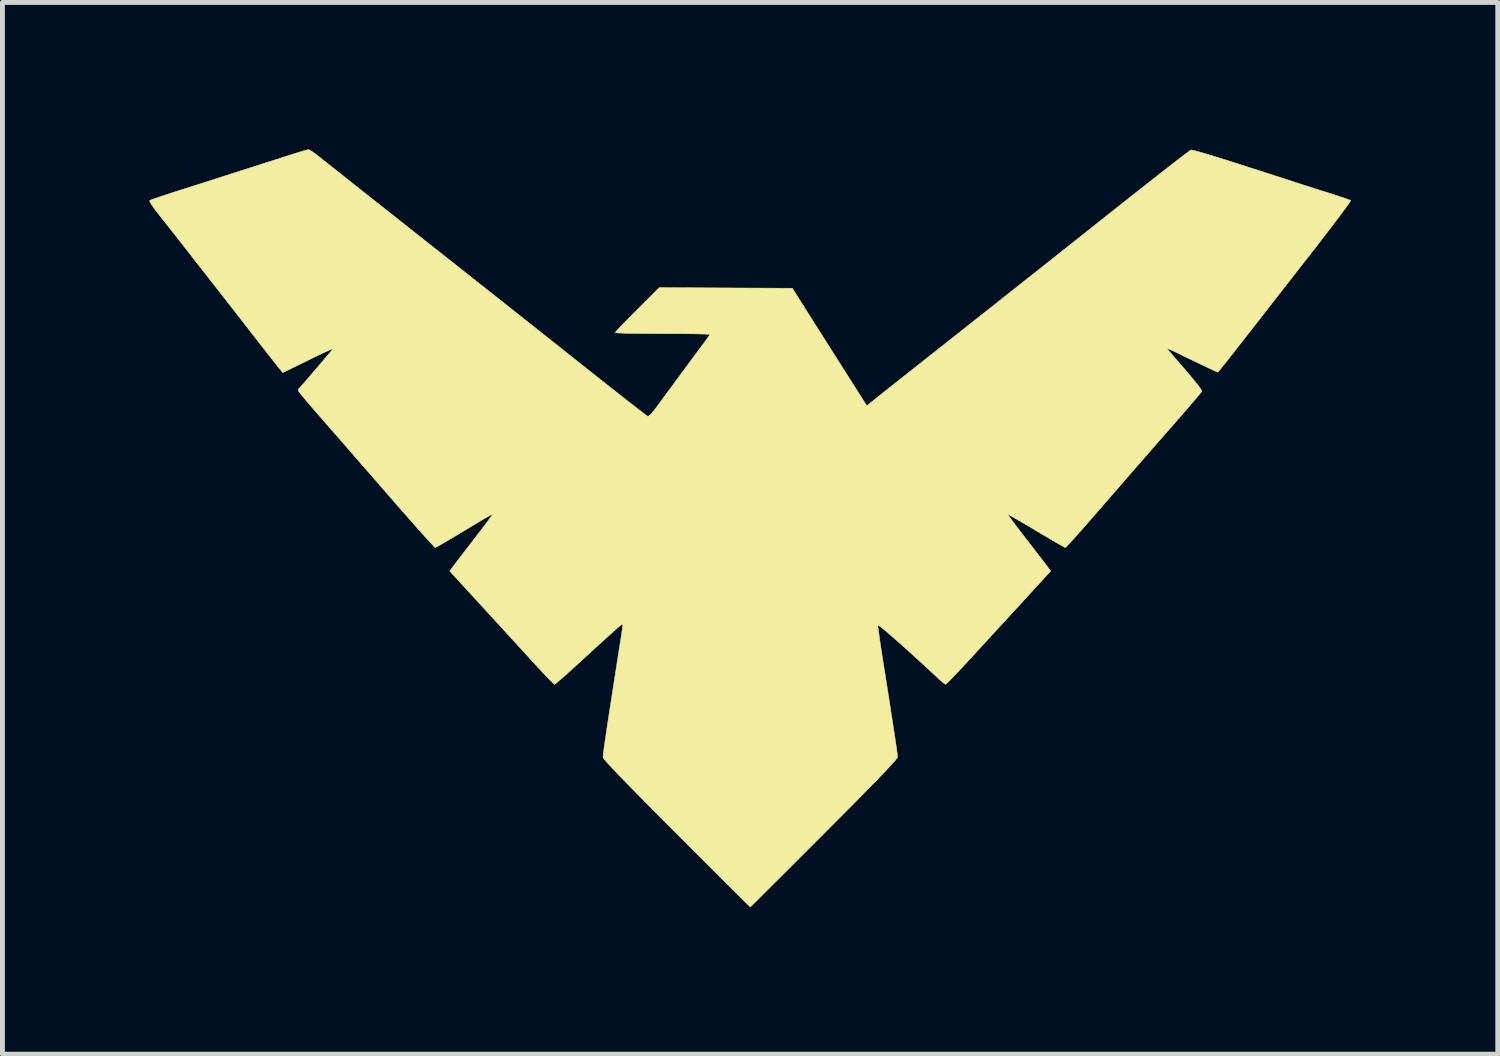
<source format=kicad_pcb>
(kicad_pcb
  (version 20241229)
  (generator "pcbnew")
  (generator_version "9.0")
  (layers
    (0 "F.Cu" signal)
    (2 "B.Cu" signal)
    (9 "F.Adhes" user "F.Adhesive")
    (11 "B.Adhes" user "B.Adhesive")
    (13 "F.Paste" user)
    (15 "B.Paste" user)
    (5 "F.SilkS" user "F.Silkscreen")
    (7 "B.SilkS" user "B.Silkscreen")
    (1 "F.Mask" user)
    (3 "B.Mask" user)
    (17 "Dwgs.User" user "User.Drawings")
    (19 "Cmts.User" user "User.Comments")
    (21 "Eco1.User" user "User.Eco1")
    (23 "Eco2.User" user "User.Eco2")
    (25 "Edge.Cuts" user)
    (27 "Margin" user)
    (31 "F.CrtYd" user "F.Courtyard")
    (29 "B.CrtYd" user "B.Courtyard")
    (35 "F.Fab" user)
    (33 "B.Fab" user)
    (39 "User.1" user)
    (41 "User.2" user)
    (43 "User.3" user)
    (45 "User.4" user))
  (footprint "nightwing"
    (layer "F.Cu")
    (at 12.232 7.472)
    (property "Reference" "nightwing" (at 0 0 0) (layer "F.SilkS") (effects (font (size 1.524 1.524) (thickness 0.3))))
    (attr through_hole)
    (fp_poly (pts (xy -8.945 -7.452) (xy -8.884 -7.411) (xy -8.801 -7.349) (xy -8.703 -7.273) (xy -8.683 -7.256) (xy -8.624 -7.21) (xy -8.53 -7.134) (xy -8.401 -7.033) (xy -8.243 -6.907) (xy -8.058 -6.76) (xy -7.85 -6.595) (xy -7.621 -6.414) (xy -7.375 -6.22) (xy -7.115 -6.014) (xy -6.846 -5.801) (xy -6.568 -5.582) (xy -6.528 -5.55) (xy -6.242 -5.324) (xy -5.957 -5.099) (xy -5.677 -4.877) (xy -5.406 -4.663) (xy -5.148 -4.459) (xy -4.907 -4.268) (xy -4.686 -4.093) (xy -4.489 -3.937) (xy -4.321 -3.804) (xy -4.185 -3.696) (xy -4.089 -3.62) (xy -3.715 -3.323) (xy -3.38 -3.057) (xy -3.084 -2.822) (xy -2.825 -2.618) (xy -2.605 -2.445) (xy -2.422 -2.301) (xy -2.276 -2.188) (xy -2.167 -2.103) (xy -2.094 -2.048) (xy -2.056 -2.022) (xy -2.051 -2.019) (xy -2.023 -2.034) (xy -1.974 -2.083) (xy -1.911 -2.159) (xy -1.867 -2.217) (xy -1.797 -2.313) (xy -1.707 -2.436) (xy -1.601 -2.579) (xy -1.486 -2.735) (xy -1.367 -2.897) (xy -1.249 -3.056) (xy -1.138 -3.207) (xy -1.038 -3.341) (xy -0.957 -3.45) (xy -0.898 -3.529) (xy -0.885 -3.546) (xy -0.835 -3.615) (xy -0.799 -3.668) (xy -0.787 -3.692) (xy -0.812 -3.695) (xy -0.882 -3.699) (xy -0.991 -3.702) (xy -1.135 -3.705) (xy -1.307 -3.707) (xy -1.503 -3.708) (xy -1.717 -3.708) (xy -1.753 -3.708) (xy -1.968 -3.709) (xy -2.167 -3.711) (xy -2.344 -3.713) (xy -2.493 -3.716) (xy -2.608 -3.72) (xy -2.685 -3.725) (xy -2.717 -3.729) (xy -2.718 -3.73) (xy -2.701 -3.753) (xy -2.652 -3.807) (xy -2.577 -3.887) (xy -2.48 -3.986) (xy -2.367 -4.102) (xy -2.268 -4.2) (xy -1.819 -4.649) (xy -0.46 -4.642) (xy 0.899 -4.636) (xy 1.212 -4.14) (xy 1.309 -3.987) (xy 1.426 -3.802) (xy 1.557 -3.596) (xy 1.693 -3.38) (xy 1.83 -3.165) (xy 1.958 -2.963) (xy 1.973 -2.94) (xy 2.42 -2.235) (xy 2.524 -2.32) (xy 2.568 -2.355) (xy 2.646 -2.417) (xy 2.754 -2.503) (xy 2.886 -2.608) (xy 3.037 -2.728) (xy 3.203 -2.859) (xy 3.376 -2.996) (xy 3.381 -3) (xy 3.849 -3.37) (xy 4.286 -3.715) (xy 4.69 -4.035) (xy 5.062 -4.328) (xy 5.398 -4.595) (xy 5.7 -4.834) (xy 5.966 -5.044) (xy 6.196 -5.226) (xy 6.387 -5.378) (xy 6.54 -5.499) (xy 6.604 -5.55) (xy 7.002 -5.866) (xy 7.367 -6.156) (xy 7.697 -6.417) (xy 7.993 -6.651) (xy 8.253 -6.855) (xy 8.477 -7.031) (xy 8.665 -7.178) (xy 8.816 -7.294) (xy 8.929 -7.38) (xy 9.004 -7.435) (xy 9.04 -7.459) (xy 9.042 -7.46) (xy 9.075 -7.455) (xy 9.151 -7.436) (xy 9.262 -7.405) (xy 9.403 -7.363) (xy 9.568 -7.313) (xy 9.75 -7.256) (xy 9.843 -7.226) (xy 10.044 -7.162) (xy 10.242 -7.098) (xy 10.427 -7.039) (xy 10.592 -6.986) (xy 10.728 -6.942) (xy 10.826 -6.911) (xy 10.846 -6.905) (xy 10.969 -6.865) (xy 11.091 -6.825) (xy 11.194 -6.791) (xy 11.227 -6.78) (xy 11.297 -6.757) (xy 11.404 -6.723) (xy 11.538 -6.68) (xy 11.688 -6.632) (xy 11.824 -6.59) (xy 11.968 -6.544) (xy 12.096 -6.502) (xy 12.199 -6.467) (xy 12.27 -6.441) (xy 12.3 -6.428) (xy 12.3 -6.428) (xy 12.289 -6.405) (xy 12.249 -6.346) (xy 12.183 -6.255) (xy 12.094 -6.135) (xy 11.984 -5.989) (xy 11.858 -5.823) (xy 11.716 -5.638) (xy 11.563 -5.44) (xy 11.479 -5.332) (xy 11.297 -5.1) (xy 11.107 -4.856) (xy 10.914 -4.609) (xy 10.724 -4.365) (xy 10.543 -4.133) (xy 10.376 -3.919) (xy 10.229 -3.731) (xy 10.118 -3.588) (xy 9.993 -3.429) (xy 9.879 -3.283) (xy 9.779 -3.156) (xy 9.696 -3.052) (xy 9.635 -2.975) (xy 9.598 -2.931) (xy 9.589 -2.921) (xy 9.563 -2.931) (xy 9.499 -2.96) (xy 9.407 -3.003) (xy 9.294 -3.057) (xy 9.169 -3.116) (xy 9.04 -3.178) (xy 8.916 -3.238) (xy 8.806 -3.293) (xy 8.763 -3.314) (xy 8.657 -3.365) (xy 8.588 -3.394) (xy 8.558 -3.399) (xy 8.562 -3.388) (xy 8.591 -3.354) (xy 8.647 -3.289) (xy 8.724 -3.199) (xy 8.818 -3.091) (xy 8.922 -2.971) (xy 8.939 -2.951) (xy 9.04 -2.832) (xy 9.128 -2.724) (xy 9.198 -2.635) (xy 9.244 -2.57) (xy 9.263 -2.535) (xy 9.263 -2.532) (xy 9.244 -2.507) (xy 9.195 -2.448) (xy 9.12 -2.359) (xy 9.023 -2.245) (xy 8.906 -2.11) (xy 8.775 -1.959) (xy 8.632 -1.795) (xy 8.594 -1.752) (xy 8.436 -1.571) (xy 8.278 -1.391) (xy 8.126 -1.216) (xy 7.984 -1.054) (xy 7.86 -0.911) (xy 7.757 -0.793) (xy 7.685 -0.71) (xy 7.427 -0.412) (xy 7.201 -0.152) (xy 7.006 0.071) (xy 6.843 0.258) (xy 6.71 0.408) (xy 6.607 0.522) (xy 6.533 0.602) (xy 6.489 0.648) (xy 6.473 0.66) (xy 6.446 0.648) (xy 6.383 0.612) (xy 6.287 0.558) (xy 6.166 0.487) (xy 6.025 0.404) (xy 5.878 0.316) (xy 5.724 0.224) (xy 5.586 0.143) (xy 5.468 0.074) (xy 5.377 0.022) (xy 5.317 -0.011) (xy 5.296 -0.021) (xy 5.309 0.001) (xy 5.349 0.057) (xy 5.412 0.142) (xy 5.494 0.251) (xy 5.592 0.378) (xy 5.682 0.495) (xy 5.793 0.638) (xy 5.895 0.771) (xy 5.984 0.887) (xy 6.056 0.981) (xy 6.106 1.046) (xy 6.125 1.072) (xy 6.174 1.141) (xy 5.748 1.605) (xy 5.63 1.735) (xy 5.522 1.853) (xy 5.429 1.953) (xy 5.357 2.031) (xy 5.311 2.082) (xy 5.296 2.098) (xy 5.274 2.122) (xy 5.221 2.18) (xy 5.142 2.266) (xy 5.04 2.376) (xy 4.921 2.506) (xy 4.788 2.652) (xy 4.661 2.79) (xy 4.52 2.944) (xy 4.389 3.085) (xy 4.272 3.209) (xy 4.174 3.313) (xy 4.098 3.391) (xy 4.049 3.439) (xy 4.031 3.454) (xy 4.003 3.438) (xy 3.95 3.396) (xy 3.891 3.343) (xy 3.709 3.174) (xy 3.53 3.009) (xy 3.358 2.852) (xy 3.195 2.705) (xy 3.047 2.573) (xy 2.916 2.459) (xy 2.807 2.365) (xy 2.723 2.296) (xy 2.668 2.255) (xy 2.647 2.245) (xy 2.647 2.246) (xy 2.648 2.279) (xy 2.657 2.356) (xy 2.673 2.468) (xy 2.693 2.61) (xy 2.718 2.774) (xy 2.743 2.937) (xy 2.809 3.35) (xy 2.866 3.713) (xy 2.915 4.028) (xy 2.956 4.295) (xy 2.99 4.515) (xy 3.016 4.689) (xy 3.034 4.817) (xy 3.045 4.9) (xy 3.048 4.938) (xy 3.036 4.962) (xy 2.999 5.009) (xy 2.935 5.081) (xy 2.844 5.179) (xy 2.724 5.305) (xy 2.574 5.46) (xy 2.393 5.645) (xy 2.18 5.862) (xy 1.933 6.111) (xy 1.651 6.393) (xy 1.547 6.498) (xy 1.318 6.727) (xy 1.1 6.945) (xy 0.895 7.15) (xy 0.705 7.34) (xy 0.534 7.51) (xy 0.384 7.66) (xy 0.258 7.786) (xy 0.158 7.885) (xy 0.087 7.955) (xy 0.047 7.994) (xy 0.04 8.001) (xy 0.021 7.983) (xy -0.03 7.933) (xy -0.113 7.851) (xy -0.223 7.742) (xy -0.359 7.607) (xy -0.517 7.449) (xy -0.695 7.271) (xy -0.891 7.076) (xy -1.101 6.865) (xy -1.324 6.643) (xy -1.463 6.504) (xy -1.774 6.192) (xy -2.049 5.915) (xy -2.288 5.673) (xy -2.49 5.466) (xy -2.657 5.294) (xy -2.788 5.156) (xy -2.883 5.053) (xy -2.942 4.984) (xy -2.966 4.949) (xy -2.967 4.947) (xy -2.967 4.93) (xy -2.964 4.898) (xy -2.959 4.85) (xy -2.95 4.782) (xy -2.938 4.691) (xy -2.921 4.574) (xy -2.899 4.43) (xy -2.873 4.254) (xy -2.841 4.045) (xy -2.803 3.799) (xy -2.759 3.515) (xy -2.708 3.188) (xy -2.65 2.816) (xy -2.587 2.419) (xy -2.574 2.328) (xy -2.568 2.259) (xy -2.568 2.225) (xy -2.568 2.224) (xy -2.576 2.226) (xy -2.596 2.239) (xy -2.629 2.266) (xy -2.681 2.31) (xy -2.752 2.373) (xy -2.846 2.457) (xy -2.966 2.566) (xy -3.116 2.702) (xy -3.296 2.868) (xy -3.5 3.054) (xy -3.625 3.168) (xy -3.737 3.269) (xy -3.832 3.352) (xy -3.904 3.414) (xy -3.948 3.448) (xy -3.958 3.454) (xy -3.981 3.436) (xy -4.032 3.386) (xy -4.106 3.31) (xy -4.198 3.213) (xy -4.302 3.101) (xy -4.32 3.081) (xy -4.415 2.977) (xy -4.539 2.842) (xy -4.684 2.683) (xy -4.845 2.507) (xy -5.016 2.32) (xy -5.19 2.131) (xy -5.361 1.944) (xy -5.379 1.924) (xy -6.098 1.141) (xy -6.049 1.072) (xy -6.02 1.033) (xy -5.965 0.961) (xy -5.888 0.861) (xy -5.795 0.74) (xy -5.69 0.604) (xy -5.606 0.495) (xy -5.5 0.357) (xy -5.405 0.232) (xy -5.325 0.126) (xy -5.266 0.045) (xy -5.23 -0.006) (xy -5.221 -0.022) (xy -5.244 -0.012) (xy -5.305 0.021) (xy -5.398 0.074) (xy -5.516 0.144) (xy -5.655 0.227) (xy -5.8 0.314) (xy -5.954 0.407) (xy -6.094 0.49) (xy -6.214 0.561) (xy -6.308 0.615) (xy -6.37 0.649) (xy -6.395 0.66) (xy -6.415 0.642) (xy -6.466 0.588) (xy -6.544 0.503) (xy -6.646 0.391) (xy -6.768 0.254) (xy -6.907 0.096) (xy -7.061 -0.079) (xy -7.227 -0.268) (xy -7.308 -0.362) (xy -7.498 -0.58) (xy -7.694 -0.806) (xy -7.892 -1.032) (xy -8.084 -1.253) (xy -8.266 -1.462) (xy -8.431 -1.652) (xy -8.575 -1.816) (xy -8.686 -1.943) (xy -8.811 -2.087) (xy -8.925 -2.219) (xy -9.024 -2.335) (xy -9.103 -2.429) (xy -9.158 -2.497) (xy -9.186 -2.533) (xy -9.188 -2.536) (xy -9.187 -2.576) (xy -9.178 -2.587) (xy -9.155 -2.611) (xy -9.104 -2.667) (xy -9.033 -2.749) (xy -8.946 -2.85) (xy -8.864 -2.946) (xy -8.766 -3.061) (xy -8.677 -3.166) (xy -8.603 -3.252) (xy -8.551 -3.313) (xy -8.529 -3.338) (xy -8.498 -3.377) (xy -8.493 -3.396) (xy -8.517 -3.388) (xy -8.58 -3.36) (xy -8.676 -3.316) (xy -8.797 -3.259) (xy -8.937 -3.191) (xy -9.004 -3.158) (xy -9.507 -2.912) (xy -9.56 -2.976) (xy -9.59 -3.012) (xy -9.646 -3.083) (xy -9.723 -3.182) (xy -9.819 -3.304) (xy -9.927 -3.442) (xy -10.044 -3.592) (xy -10.057 -3.609) (xy -10.193 -3.783) (xy -10.337 -3.969) (xy -10.482 -4.155) (xy -10.619 -4.33) (xy -10.739 -4.484) (xy -10.808 -4.572) (xy -10.921 -4.716) (xy -11.054 -4.886) (xy -11.197 -5.07) (xy -11.341 -5.253) (xy -11.473 -5.423) (xy -11.493 -5.448) (xy -11.612 -5.601) (xy -11.734 -5.756) (xy -11.85 -5.903) (xy -11.953 -6.034) (xy -12.035 -6.138) (xy -12.059 -6.168) (xy -12.131 -6.262) (xy -12.186 -6.341) (xy -12.22 -6.399) (xy -12.227 -6.426) (xy -12.226 -6.426) (xy -12.197 -6.44) (xy -12.126 -6.466) (xy -12.021 -6.502) (xy -11.89 -6.546) (xy -11.739 -6.595) (xy -11.671 -6.617) (xy -11.49 -6.674) (xy -11.301 -6.734) (xy -11.119 -6.792) (xy -10.957 -6.844) (xy -10.829 -6.885) (xy -10.82 -6.888) (xy -10.645 -6.944) (xy -10.452 -7.006) (xy -10.249 -7.071) (xy -10.043 -7.137) (xy -9.841 -7.202) (xy -9.651 -7.262) (xy -9.48 -7.317) (xy -9.335 -7.363) (xy -9.225 -7.398) (xy -9.157 -7.419) (xy -9.072 -7.445) (xy -9.005 -7.462) (xy -8.975 -7.467) (xy -8.945 -7.452)) (stroke (width 0.01) (type solid)) (fill yes) (layer "F.SilkS")))
  (gr_rect
    (start -3 -3)
    (end 27.537 18.478)
    (stroke (width 0.1) (type default))
    (fill no)
    (layer "Edge.Cuts")))
</source>
